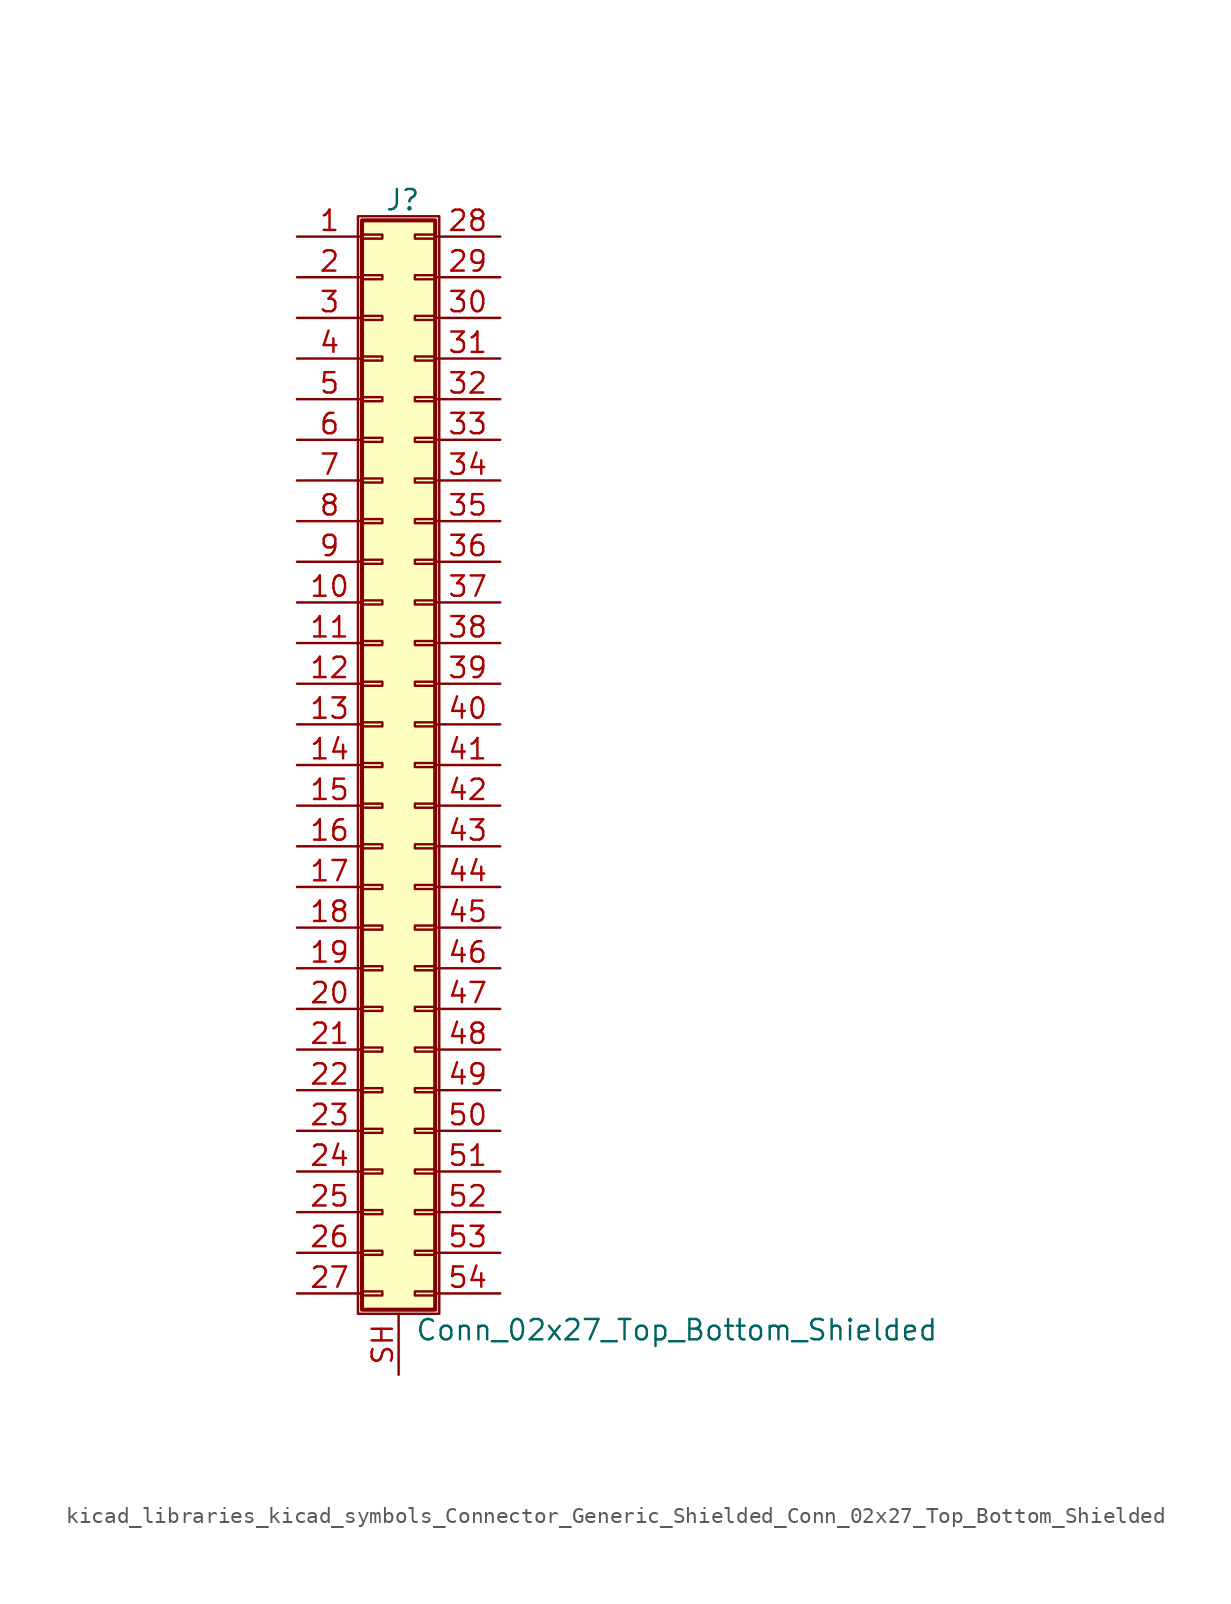
<source format=kicad_sym>
(kicad_symbol_lib
  (version 20220914)
  (generator kicad_symbol_editor)
  (symbol "kicad_libraries_kicad_symbols_Connector_Generic_Shielded_Conn_02x27_Top_Bottom_Shielded"
    (pin_names
      (offset 1.016) hide)
    (property "Reference" "J"
      (at 1.524 35.306 0)
      (effects (font (size 1.27 1.27))))
    (property "Value" "Conn_02x27_Top_Bottom_Shielded"
      (at 2.286 -35.306 0)
      (effects (font (size 1.27 1.27)) (justify left)))
    (symbol "kicad_libraries_kicad_symbols_Connector_Generic_Shielded_Conn_02x27_Top_Bottom_Shielded_1_1"
      (rectangle (start -1.27 34.29) (end 3.81 -34.29) (stroke (width 0.152) (type default)) (fill (type none)))
      (rectangle (start -1.016 -32.893) (end 0.254 -33.147) (stroke (width 0.152) (type default)) (fill (type none)))
      (rectangle (start -1.016 -30.353) (end 0.254 -30.607) (stroke (width 0.152) (type default)) (fill (type none)))
      (rectangle (start -1.016 -27.813) (end 0.254 -28.067) (stroke (width 0.152) (type default)) (fill (type none)))
      (rectangle (start -1.016 -25.273) (end 0.254 -25.527) (stroke (width 0.152) (type default)) (fill (type none)))
      (rectangle (start -1.016 -22.733) (end 0.254 -22.987) (stroke (width 0.152) (type default)) (fill (type none)))
      (rectangle (start -1.016 -20.193) (end 0.254 -20.447) (stroke (width 0.152) (type default)) (fill (type none)))
      (rectangle (start -1.016 -17.653) (end 0.254 -17.907) (stroke (width 0.152) (type default)) (fill (type none)))
      (rectangle (start -1.016 -15.113) (end 0.254 -15.367) (stroke (width 0.152) (type default)) (fill (type none)))
      (rectangle (start -1.016 -12.573) (end 0.254 -12.827) (stroke (width 0.152) (type default)) (fill (type none)))
      (rectangle (start -1.016 -10.033) (end 0.254 -10.287) (stroke (width 0.152) (type default)) (fill (type none)))
      (rectangle (start -1.016 -7.493) (end 0.254 -7.747) (stroke (width 0.152) (type default)) (fill (type none)))
      (rectangle (start -1.016 -4.953) (end 0.254 -5.207) (stroke (width 0.152) (type default)) (fill (type none)))
      (rectangle (start -1.016 -2.413) (end 0.254 -2.667) (stroke (width 0.152) (type default)) (fill (type none)))
      (rectangle (start -1.016 0.127) (end 0.254 -0.127) (stroke (width 0.152) (type default)) (fill (type none)))
      (rectangle (start -1.016 2.667) (end 0.254 2.413) (stroke (width 0.152) (type default)) (fill (type none)))
      (rectangle (start -1.016 5.207) (end 0.254 4.953) (stroke (width 0.152) (type default)) (fill (type none)))
      (rectangle (start -1.016 7.747) (end 0.254 7.493) (stroke (width 0.152) (type default)) (fill (type none)))
      (rectangle (start -1.016 10.287) (end 0.254 10.033) (stroke (width 0.152) (type default)) (fill (type none)))
      (rectangle (start -1.016 12.827) (end 0.254 12.573) (stroke (width 0.152) (type default)) (fill (type none)))
      (rectangle (start -1.016 15.367) (end 0.254 15.113) (stroke (width 0.152) (type default)) (fill (type none)))
      (rectangle (start -1.016 17.907) (end 0.254 17.653) (stroke (width 0.152) (type default)) (fill (type none)))
      (rectangle (start -1.016 20.447) (end 0.254 20.193) (stroke (width 0.152) (type default)) (fill (type none)))
      (rectangle (start -1.016 22.987) (end 0.254 22.733) (stroke (width 0.152) (type default)) (fill (type none)))
      (rectangle (start -1.016 25.527) (end 0.254 25.273) (stroke (width 0.152) (type default)) (fill (type none)))
      (rectangle (start -1.016 28.067) (end 0.254 27.813) (stroke (width 0.152) (type default)) (fill (type none)))
      (rectangle (start -1.016 30.607) (end 0.254 30.353) (stroke (width 0.152) (type default)) (fill (type none)))
      (rectangle (start -1.016 33.147) (end 0.254 32.893) (stroke (width 0.152) (type default)) (fill (type none)))
      (rectangle (start -1.016 34.036) (end 3.556 -34.036) (stroke (width 0.254) (type default)) (fill (type background)))
      (rectangle (start 3.556 -32.893) (end 2.286 -33.147) (stroke (width 0.152) (type default)) (fill (type none)))
      (rectangle (start 3.556 -30.353) (end 2.286 -30.607) (stroke (width 0.152) (type default)) (fill (type none)))
      (rectangle (start 3.556 -27.813) (end 2.286 -28.067) (stroke (width 0.152) (type default)) (fill (type none)))
      (rectangle (start 3.556 -25.273) (end 2.286 -25.527) (stroke (width 0.152) (type default)) (fill (type none)))
      (rectangle (start 3.556 -22.733) (end 2.286 -22.987) (stroke (width 0.152) (type default)) (fill (type none)))
      (rectangle (start 3.556 -20.193) (end 2.286 -20.447) (stroke (width 0.152) (type default)) (fill (type none)))
      (rectangle (start 3.556 -17.653) (end 2.286 -17.907) (stroke (width 0.152) (type default)) (fill (type none)))
      (rectangle (start 3.556 -15.113) (end 2.286 -15.367) (stroke (width 0.152) (type default)) (fill (type none)))
      (rectangle (start 3.556 -12.573) (end 2.286 -12.827) (stroke (width 0.152) (type default)) (fill (type none)))
      (rectangle (start 3.556 -10.033) (end 2.286 -10.287) (stroke (width 0.152) (type default)) (fill (type none)))
      (rectangle (start 3.556 -7.493) (end 2.286 -7.747) (stroke (width 0.152) (type default)) (fill (type none)))
      (rectangle (start 3.556 -4.953) (end 2.286 -5.207) (stroke (width 0.152) (type default)) (fill (type none)))
      (rectangle (start 3.556 -2.413) (end 2.286 -2.667) (stroke (width 0.152) (type default)) (fill (type none)))
      (rectangle (start 3.556 0.127) (end 2.286 -0.127) (stroke (width 0.152) (type default)) (fill (type none)))
      (rectangle (start 3.556 2.667) (end 2.286 2.413) (stroke (width 0.152) (type default)) (fill (type none)))
      (rectangle (start 3.556 5.207) (end 2.286 4.953) (stroke (width 0.152) (type default)) (fill (type none)))
      (rectangle (start 3.556 7.747) (end 2.286 7.493) (stroke (width 0.152) (type default)) (fill (type none)))
      (rectangle (start 3.556 10.287) (end 2.286 10.033) (stroke (width 0.152) (type default)) (fill (type none)))
      (rectangle (start 3.556 12.827) (end 2.286 12.573) (stroke (width 0.152) (type default)) (fill (type none)))
      (rectangle (start 3.556 15.367) (end 2.286 15.113) (stroke (width 0.152) (type default)) (fill (type none)))
      (rectangle (start 3.556 17.907) (end 2.286 17.653) (stroke (width 0.152) (type default)) (fill (type none)))
      (rectangle (start 3.556 20.447) (end 2.286 20.193) (stroke (width 0.152) (type default)) (fill (type none)))
      (rectangle (start 3.556 22.987) (end 2.286 22.733) (stroke (width 0.152) (type default)) (fill (type none)))
      (rectangle (start 3.556 25.527) (end 2.286 25.273) (stroke (width 0.152) (type default)) (fill (type none)))
      (rectangle (start 3.556 28.067) (end 2.286 27.813) (stroke (width 0.152) (type default)) (fill (type none)))
      (rectangle (start 3.556 30.607) (end 2.286 30.353) (stroke (width 0.152) (type default)) (fill (type none)))
      (rectangle (start 3.556 33.147) (end 2.286 32.893) (stroke (width 0.152) (type default)) (fill (type none)))
      (pin passive line (at -5.08 33.02 0) (length 4.064) (name "Pin_1" (effects (font (size 1.27 1.27)))) (number "1" (effects (font (size 1.27 1.27)))))
      (pin passive line (at -5.08 10.16 0) (length 4.064) (name "Pin_10" (effects (font (size 1.27 1.27)))) (number "10" (effects (font (size 1.27 1.27)))))
      (pin passive line (at -5.08 7.62 0) (length 4.064) (name "Pin_11" (effects (font (size 1.27 1.27)))) (number "11" (effects (font (size 1.27 1.27)))))
      (pin passive line (at -5.08 5.08 0) (length 4.064) (name "Pin_12" (effects (font (size 1.27 1.27)))) (number "12" (effects (font (size 1.27 1.27)))))
      (pin passive line (at -5.08 2.54 0) (length 4.064) (name "Pin_13" (effects (font (size 1.27 1.27)))) (number "13" (effects (font (size 1.27 1.27)))))
      (pin passive line (at -5.08 0 0) (length 4.064) (name "Pin_14" (effects (font (size 1.27 1.27)))) (number "14" (effects (font (size 1.27 1.27)))))
      (pin passive line (at -5.08 -2.54 0) (length 4.064) (name "Pin_15" (effects (font (size 1.27 1.27)))) (number "15" (effects (font (size 1.27 1.27)))))
      (pin passive line (at -5.08 -5.08 0) (length 4.064) (name "Pin_16" (effects (font (size 1.27 1.27)))) (number "16" (effects (font (size 1.27 1.27)))))
      (pin passive line (at -5.08 -7.62 0) (length 4.064) (name "Pin_17" (effects (font (size 1.27 1.27)))) (number "17" (effects (font (size 1.27 1.27)))))
      (pin passive line (at -5.08 -10.16 0) (length 4.064) (name "Pin_18" (effects (font (size 1.27 1.27)))) (number "18" (effects (font (size 1.27 1.27)))))
      (pin passive line (at -5.08 -12.7 0) (length 4.064) (name "Pin_19" (effects (font (size 1.27 1.27)))) (number "19" (effects (font (size 1.27 1.27)))))
      (pin passive line (at -5.08 30.48 0) (length 4.064) (name "Pin_2" (effects (font (size 1.27 1.27)))) (number "2" (effects (font (size 1.27 1.27)))))
      (pin passive line (at -5.08 -15.24 0) (length 4.064) (name "Pin_20" (effects (font (size 1.27 1.27)))) (number "20" (effects (font (size 1.27 1.27)))))
      (pin passive line (at -5.08 -17.78 0) (length 4.064) (name "Pin_21" (effects (font (size 1.27 1.27)))) (number "21" (effects (font (size 1.27 1.27)))))
      (pin passive line (at -5.08 -20.32 0) (length 4.064) (name "Pin_22" (effects (font (size 1.27 1.27)))) (number "22" (effects (font (size 1.27 1.27)))))
      (pin passive line (at -5.08 -22.86 0) (length 4.064) (name "Pin_23" (effects (font (size 1.27 1.27)))) (number "23" (effects (font (size 1.27 1.27)))))
      (pin passive line (at -5.08 -25.4 0) (length 4.064) (name "Pin_24" (effects (font (size 1.27 1.27)))) (number "24" (effects (font (size 1.27 1.27)))))
      (pin passive line (at -5.08 -27.94 0) (length 4.064) (name "Pin_25" (effects (font (size 1.27 1.27)))) (number "25" (effects (font (size 1.27 1.27)))))
      (pin passive line (at -5.08 -30.48 0) (length 4.064) (name "Pin_26" (effects (font (size 1.27 1.27)))) (number "26" (effects (font (size 1.27 1.27)))))
      (pin passive line (at -5.08 -33.02 0) (length 4.064) (name "Pin_27" (effects (font (size 1.27 1.27)))) (number "27" (effects (font (size 1.27 1.27)))))
      (pin passive line (at 7.62 33.02 180) (length 4.064) (name "Pin_28" (effects (font (size 1.27 1.27)))) (number "28" (effects (font (size 1.27 1.27)))))
      (pin passive line (at 7.62 30.48 180) (length 4.064) (name "Pin_29" (effects (font (size 1.27 1.27)))) (number "29" (effects (font (size 1.27 1.27)))))
      (pin passive line (at -5.08 27.94 0) (length 4.064) (name "Pin_3" (effects (font (size 1.27 1.27)))) (number "3" (effects (font (size 1.27 1.27)))))
      (pin passive line (at 7.62 27.94 180) (length 4.064) (name "Pin_30" (effects (font (size 1.27 1.27)))) (number "30" (effects (font (size 1.27 1.27)))))
      (pin passive line (at 7.62 25.4 180) (length 4.064) (name "Pin_31" (effects (font (size 1.27 1.27)))) (number "31" (effects (font (size 1.27 1.27)))))
      (pin passive line (at 7.62 22.86 180) (length 4.064) (name "Pin_32" (effects (font (size 1.27 1.27)))) (number "32" (effects (font (size 1.27 1.27)))))
      (pin passive line (at 7.62 20.32 180) (length 4.064) (name "Pin_33" (effects (font (size 1.27 1.27)))) (number "33" (effects (font (size 1.27 1.27)))))
      (pin passive line (at 7.62 17.78 180) (length 4.064) (name "Pin_34" (effects (font (size 1.27 1.27)))) (number "34" (effects (font (size 1.27 1.27)))))
      (pin passive line (at 7.62 15.24 180) (length 4.064) (name "Pin_35" (effects (font (size 1.27 1.27)))) (number "35" (effects (font (size 1.27 1.27)))))
      (pin passive line (at 7.62 12.7 180) (length 4.064) (name "Pin_36" (effects (font (size 1.27 1.27)))) (number "36" (effects (font (size 1.27 1.27)))))
      (pin passive line (at 7.62 10.16 180) (length 4.064) (name "Pin_37" (effects (font (size 1.27 1.27)))) (number "37" (effects (font (size 1.27 1.27)))))
      (pin passive line (at 7.62 7.62 180) (length 4.064) (name "Pin_38" (effects (font (size 1.27 1.27)))) (number "38" (effects (font (size 1.27 1.27)))))
      (pin passive line (at 7.62 5.08 180) (length 4.064) (name "Pin_39" (effects (font (size 1.27 1.27)))) (number "39" (effects (font (size 1.27 1.27)))))
      (pin passive line (at -5.08 25.4 0) (length 4.064) (name "Pin_4" (effects (font (size 1.27 1.27)))) (number "4" (effects (font (size 1.27 1.27)))))
      (pin passive line (at 7.62 2.54 180) (length 4.064) (name "Pin_40" (effects (font (size 1.27 1.27)))) (number "40" (effects (font (size 1.27 1.27)))))
      (pin passive line (at 7.62 0 180) (length 4.064) (name "Pin_41" (effects (font (size 1.27 1.27)))) (number "41" (effects (font (size 1.27 1.27)))))
      (pin passive line (at 7.62 -2.54 180) (length 4.064) (name "Pin_42" (effects (font (size 1.27 1.27)))) (number "42" (effects (font (size 1.27 1.27)))))
      (pin passive line (at 7.62 -5.08 180) (length 4.064) (name "Pin_43" (effects (font (size 1.27 1.27)))) (number "43" (effects (font (size 1.27 1.27)))))
      (pin passive line (at 7.62 -7.62 180) (length 4.064) (name "Pin_44" (effects (font (size 1.27 1.27)))) (number "44" (effects (font (size 1.27 1.27)))))
      (pin passive line (at 7.62 -10.16 180) (length 4.064) (name "Pin_45" (effects (font (size 1.27 1.27)))) (number "45" (effects (font (size 1.27 1.27)))))
      (pin passive line (at 7.62 -12.7 180) (length 4.064) (name "Pin_46" (effects (font (size 1.27 1.27)))) (number "46" (effects (font (size 1.27 1.27)))))
      (pin passive line (at 7.62 -15.24 180) (length 4.064) (name "Pin_47" (effects (font (size 1.27 1.27)))) (number "47" (effects (font (size 1.27 1.27)))))
      (pin passive line (at 7.62 -17.78 180) (length 4.064) (name "Pin_48" (effects (font (size 1.27 1.27)))) (number "48" (effects (font (size 1.27 1.27)))))
      (pin passive line (at 7.62 -20.32 180) (length 4.064) (name "Pin_49" (effects (font (size 1.27 1.27)))) (number "49" (effects (font (size 1.27 1.27)))))
      (pin passive line (at -5.08 22.86 0) (length 4.064) (name "Pin_5" (effects (font (size 1.27 1.27)))) (number "5" (effects (font (size 1.27 1.27)))))
      (pin passive line (at 7.62 -22.86 180) (length 4.064) (name "Pin_50" (effects (font (size 1.27 1.27)))) (number "50" (effects (font (size 1.27 1.27)))))
      (pin passive line (at 7.62 -25.4 180) (length 4.064) (name "Pin_51" (effects (font (size 1.27 1.27)))) (number "51" (effects (font (size 1.27 1.27)))))
      (pin passive line (at 7.62 -27.94 180) (length 4.064) (name "Pin_52" (effects (font (size 1.27 1.27)))) (number "52" (effects (font (size 1.27 1.27)))))
      (pin passive line (at 7.62 -30.48 180) (length 4.064) (name "Pin_53" (effects (font (size 1.27 1.27)))) (number "53" (effects (font (size 1.27 1.27)))))
      (pin passive line (at 7.62 -33.02 180) (length 4.064) (name "Pin_54" (effects (font (size 1.27 1.27)))) (number "54" (effects (font (size 1.27 1.27)))))
      (pin passive line (at -5.08 20.32 0) (length 4.064) (name "Pin_6" (effects (font (size 1.27 1.27)))) (number "6" (effects (font (size 1.27 1.27)))))
      (pin passive line (at -5.08 17.78 0) (length 4.064) (name "Pin_7" (effects (font (size 1.27 1.27)))) (number "7" (effects (font (size 1.27 1.27)))))
      (pin passive line (at -5.08 15.24 0) (length 4.064) (name "Pin_8" (effects (font (size 1.27 1.27)))) (number "8" (effects (font (size 1.27 1.27)))))
      (pin passive line (at -5.08 12.7 0) (length 4.064) (name "Pin_9" (effects (font (size 1.27 1.27)))) (number "9" (effects (font (size 1.27 1.27)))))
      (pin passive line (at 1.27 -38.1 90) (length 3.81) (name "Shield" (effects (font (size 1.27 1.27)))) (number "SH" (effects (font (size 1.27 1.27))))))))
</source>
